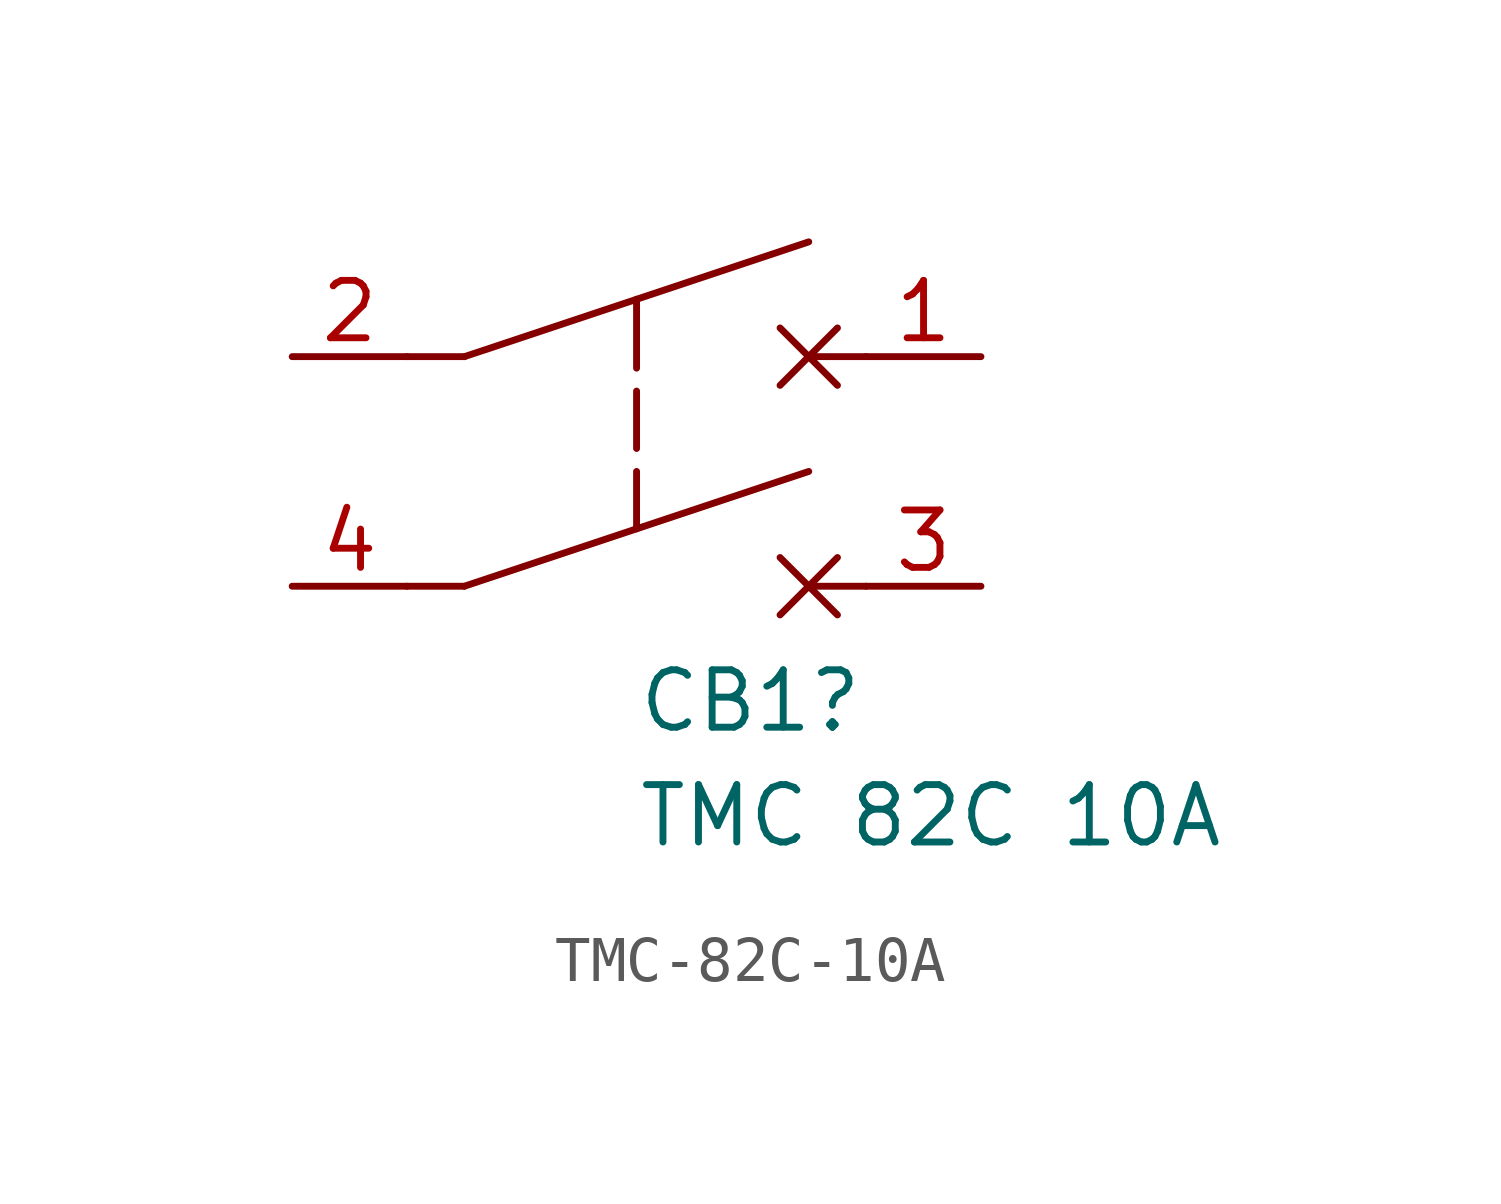
<source format=kicad_sym>
(kicad_symbol_lib
  (version 20241209)
  (generator "kicad_symbol_editor")
  (generator_version "9.0")
  (symbol "TMC-82C-10A"
    (property "Reference" "CB1"
      (at 0 -5.08 0)
      (effects (font (size 1.27 1.27)) (justify left)))
    (property "Value" "TMC 82C 10A"
      (at 0 -7.62 0)
      (effects (font (size 1.27 1.27)) (justify left)))
    (symbol "TMC-82C-10A_0_1"
      (polyline (pts (xy -5.08 -2.54) (xy -3.81 -2.54)) (stroke (width 0) (type default)) (fill (type none)))
      (polyline (pts (xy -3.81 2.54) (xy 3.81 5.08)) (stroke (width 0) (type default)) (fill (type none)))
      (polyline (pts (xy -3.81 -2.54) (xy 3.81 0)) (stroke (width 0) (type default)) (fill (type none)))
      (polyline (pts (xy 0 3.81) (xy 0 2.286)) (stroke (width 0) (type default)) (fill (type none)))
      (polyline (pts (xy 0 1.778) (xy 0 0.508)) (stroke (width 0) (type default)) (fill (type none)))
      (polyline (pts (xy 0 0) (xy 0 -1.27)) (stroke (width 0) (type default)) (fill (type none))))
    (symbol "TMC-82C-10A_1_1"
      (polyline (pts (xy -3.81 2.54) (xy -5.08 2.54)) (stroke (width 0) (type default)) (fill (type none)))
      (polyline (pts (xy 4.445 3.175) (xy 3.175 1.905)) (stroke (width 0) (type default)) (fill (type none)))
      (polyline (pts (xy 4.445 1.905) (xy 3.175 3.175)) (stroke (width 0) (type default)) (fill (type none)))
      (polyline (pts (xy 4.445 -1.905) (xy 3.175 -3.175)) (stroke (width 0) (type default)) (fill (type none)))
      (polyline (pts (xy 4.445 -3.175) (xy 3.175 -1.905)) (stroke (width 0) (type default)) (fill (type none)))
      (polyline (pts (xy 5.08 2.54) (xy 3.81 2.54)) (stroke (width 0) (type default)) (fill (type none)))
      (polyline (pts (xy 5.08 -2.54) (xy 3.81 -2.54)) (stroke (width 0) (type default)) (fill (type none)))
      (pin passive line (at -7.62 2.54 0) (length 2.54) (name "~" (effects (font (size 1.27 1.27)))) (number "2" (effects (font (size 1.27 1.27)))))
      (pin passive line (at -7.62 -2.54 0) (length 2.54) (name "~" (effects (font (size 1.27 1.27)))) (number "4" (effects (font (size 1.27 1.27)))))
      (pin passive line (at 7.62 2.54 180) (length 2.54) (name "~" (effects (font (size 1.27 1.27)))) (number "1" (effects (font (size 1.27 1.27)))))
      (pin passive line (at 7.62 -2.54 180) (length 2.54) (name "~" (effects (font (size 1.27 1.27)))) (number "3" (effects (font (size 1.27 1.27))))))))
</source>
